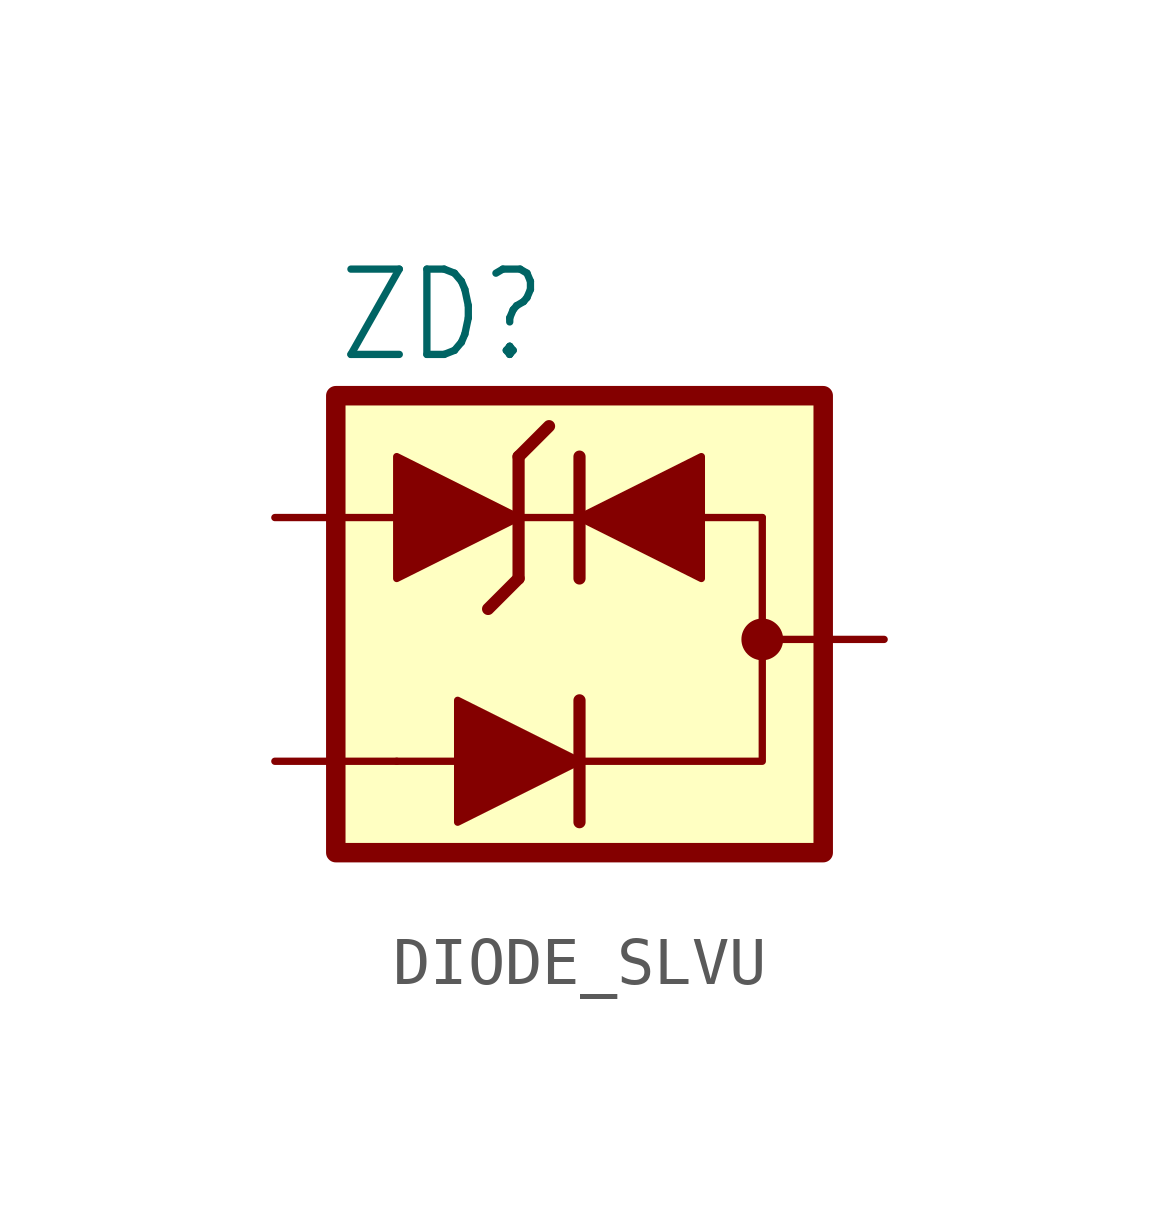
<source format=kicad_sym>
(kicad_symbol_lib
  (version 20231120)
  (generator "kicad_symbol_editor")
  (generator_version "8.0")
  (symbol "DIODE_SLVU"
    (property "Reference" "ZD"
      (at -1.27 3.175 0)
      (effects (font (size 1.778 1.511)) (justify left bottom)))
    (property "Value" ""
      (at -1.778 -3.429 0)
      (effects (font (size 1.778 1.511)) (justify left bottom)))
    (symbol "DIODE_SLVU_1_0"
      (polyline (pts (xy 2.54 -1.27) (xy 1.905 -1.905)) (stroke (width 0.254) (type solid)) (fill (type none)))
      (polyline (pts (xy 2.54 0) (xy 2.54 -1.27)) (stroke (width 0.254) (type solid)) (fill (type none)))
      (polyline (pts (xy 2.54 1.27) (xy 2.54 0)) (stroke (width 0.254) (type solid)) (fill (type none)))
      (polyline (pts (xy 3.175 1.905) (xy 2.54 1.27)) (stroke (width 0.254) (type solid)) (fill (type none)))
      (polyline (pts (xy 3.81 -5.08) (xy 3.81 -6.35)) (stroke (width 0.254) (type solid)) (fill (type none)))
      (polyline (pts (xy 3.81 -3.81) (xy 3.81 -5.08)) (stroke (width 0.254) (type solid)) (fill (type none)))
      (polyline (pts (xy 3.81 -1.27) (xy 3.81 0)) (stroke (width 0.254) (type solid)) (fill (type none)))
      (polyline (pts (xy 3.81 0) (xy 3.81 1.27)) (stroke (width 0.254) (type solid)) (fill (type none)))
      (circle (center 7.62 -2.54) (radius 0.359) (stroke (width 0) (type solid)) (fill (type outline)))
      (pin passive line (at -2.54 0 0) (length 2.54) (name "1" (effects (font (size 0 0)))) (number "1" (effects (font (size 0 0)))))
      (pin passive line (at -2.54 -5.08 0) (length 2.54) (name "2" (effects (font (size 0 0)))) (number "2" (effects (font (size 0 0)))))
      (pin passive line (at 10.16 -2.54 180) (length 2.54) (name "3" (effects (font (size 0 0)))) (number "3" (effects (font (size 0 0))))))
    (symbol "DIODE_SLVU_1_1"
      (rectangle (start -1.27 2.54) (end 8.89 -6.985) (stroke (width 0.406) (type default)) (fill (type background)))
      (polyline (pts (xy 1.27 -5.08) (xy 0 -5.08)) (stroke (width 0) (type default)) (fill (type none)))
      (polyline (pts (xy 3.81 0) (xy 2.54 0)) (stroke (width 0) (type default)) (fill (type none)))
      (polyline (pts (xy 7.62 -2.54) (xy 7.62 -2.54)) (stroke (width 0) (type default)) (fill (type none)))
      (polyline (pts (xy 7.62 0) (xy 6.35 0)) (stroke (width 0) (type default)) (fill (type none)))
      (polyline (pts (xy 3.81 -5.08) (xy 7.62 -5.08) (xy 7.62 0)) (stroke (width 0) (type default)) (fill (type none)))
      (polyline (pts (xy 0 1.27) (xy 2.54 0) (xy 0 -1.27) (xy 0 1.27)) (stroke (width 0) (type default)) (fill (type outline)))
      (polyline (pts (xy 3.81 -5.08) (xy 1.27 -3.81) (xy 1.27 -6.35) (xy 3.81 -5.08)) (stroke (width 0) (type default)) (fill (type outline)))
      (polyline (pts (xy 3.81 0) (xy 6.35 -1.27) (xy 6.35 1.27) (xy 3.81 0)) (stroke (width 0) (type default)) (fill (type outline))))))
</source>
